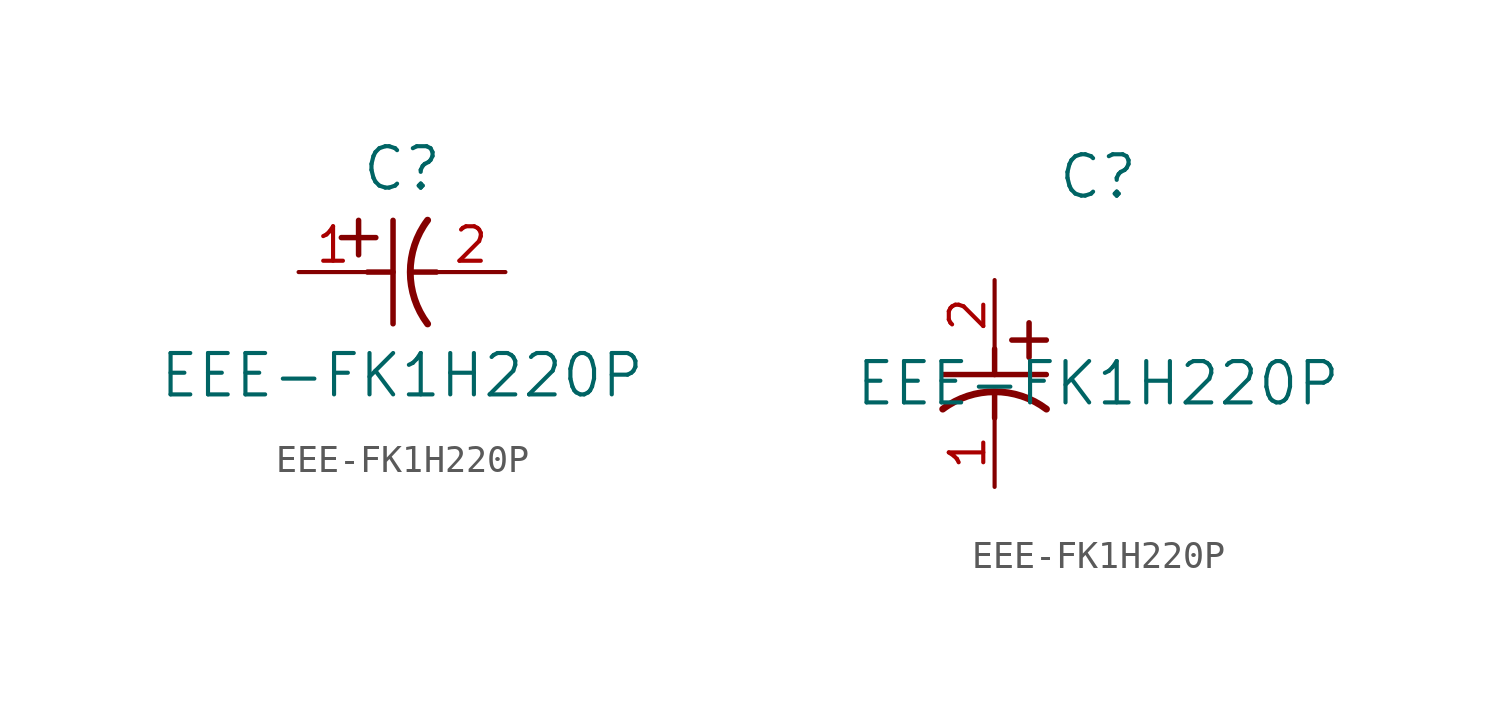
<source format=kicad_sym>
(kicad_symbol_lib
  (version 20211014)
  (generator kicad_symbol_editor)
  (symbol "EEE-FK1H220P"
    (pin_names
      (offset 0.254))
    (property "Reference" "C"
      (at 3.81 3.81 0)
      (effects (font (size 1.524 1.524))))
    (property "Value" "EEE-FK1H220P"
      (at 3.81 -3.81 0)
      (effects (font (size 1.524 1.524))))
    (symbol "EEE-FK1H220P_1_1"
      (polyline (pts (xy 2.21 0.635) (xy 2.21 1.905)) (stroke (width 0.203) (type default) (color 0 0 0 0)) (fill (type none)))
      (arc (start 4.754132 1.910763) (mid 4.1148 0) (end 4.754132 -1.910763) (stroke (width 0.254) (type default) (color 0 0 0 0)) (fill (type none)))
      (polyline (pts (xy 4.115 0) (xy 5.08 0)) (stroke (width 0.203) (type default) (color 0 0 0 0)) (fill (type none)))
      (polyline (pts (xy 3.48 -1.905) (xy 3.48 1.905)) (stroke (width 0.203) (type default) (color 0 0 0 0)) (fill (type none)))
      (polyline (pts (xy 1.575 1.27) (xy 2.845 1.27)) (stroke (width 0.203) (type default) (color 0 0 0 0)) (fill (type none)))
      (polyline (pts (xy 2.54 0) (xy 3.48 0)) (stroke (width 0.203) (type default) (color 0 0 0 0)) (fill (type none)))
      (pin unspecified line (at 0 0 0) (length 2.54) (name "" (effects (font (size 1.27 1.27)))) (number "1" (effects (font (size 1.27 1.27)))))
      (pin unspecified line (at 7.62 0 180) (length 2.54) (name "" (effects (font (size 1.27 1.27)))) (number "2" (effects (font (size 1.27 1.27))))))
    (symbol "EEE-FK1H220P_1_2"
      (polyline (pts (xy 0 -2.54) (xy 0 -3.48)) (stroke (width 0.203) (type default) (color 0 0 0 0)) (fill (type none)))
      (arc (start 1.910763 -4.754132) (mid 0 -4.1148) (end -1.910763 -4.754132) (stroke (width 0.254) (type default) (color 0 0 0 0)) (fill (type none)))
      (polyline (pts (xy -1.905 -3.48) (xy 1.905 -3.48)) (stroke (width 0.203) (type default) (color 0 0 0 0)) (fill (type none)))
      (polyline (pts (xy 0.635 -2.21) (xy 1.905 -2.21)) (stroke (width 0.203) (type default) (color 0 0 0 0)) (fill (type none)))
      (polyline (pts (xy 1.27 -1.575) (xy 1.27 -2.845)) (stroke (width 0.203) (type default) (color 0 0 0 0)) (fill (type none)))
      (polyline (pts (xy 0 -4.115) (xy 0 -5.08)) (stroke (width 0.203) (type default) (color 0 0 0 0)) (fill (type none)))
      (pin unspecified line (at 0 -7.62 90) (length 2.54) (name "" (effects (font (size 1.27 1.27)))) (number "1" (effects (font (size 1.27 1.27)))))
      (pin unspecified line (at 0 0 270) (length 2.54) (name "" (effects (font (size 1.27 1.27)))) (number "2" (effects (font (size 1.27 1.27))))))))
</source>
